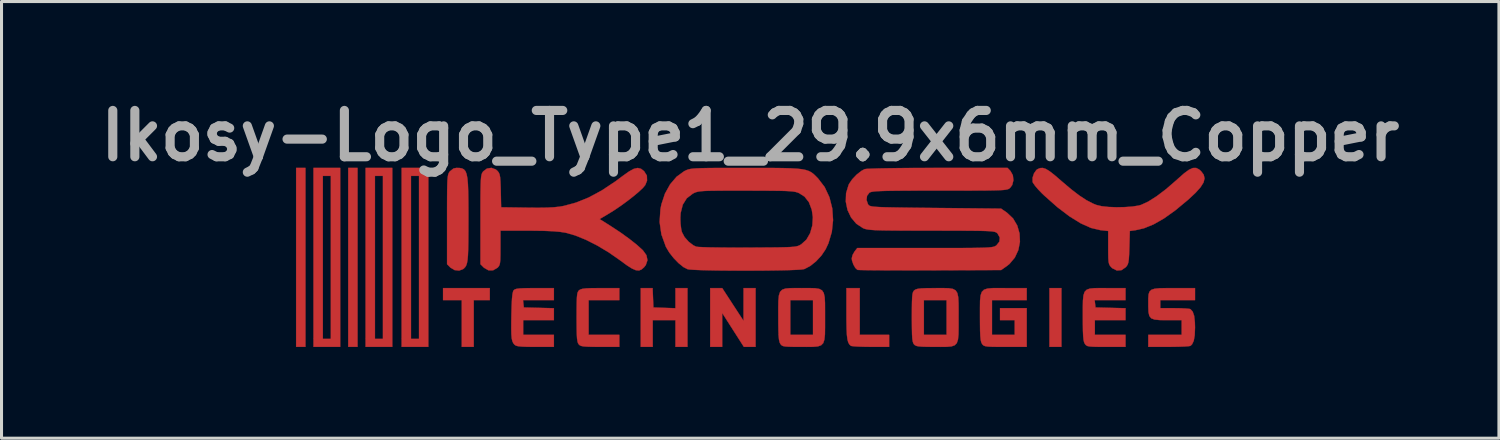
<source format=kicad_pcb>
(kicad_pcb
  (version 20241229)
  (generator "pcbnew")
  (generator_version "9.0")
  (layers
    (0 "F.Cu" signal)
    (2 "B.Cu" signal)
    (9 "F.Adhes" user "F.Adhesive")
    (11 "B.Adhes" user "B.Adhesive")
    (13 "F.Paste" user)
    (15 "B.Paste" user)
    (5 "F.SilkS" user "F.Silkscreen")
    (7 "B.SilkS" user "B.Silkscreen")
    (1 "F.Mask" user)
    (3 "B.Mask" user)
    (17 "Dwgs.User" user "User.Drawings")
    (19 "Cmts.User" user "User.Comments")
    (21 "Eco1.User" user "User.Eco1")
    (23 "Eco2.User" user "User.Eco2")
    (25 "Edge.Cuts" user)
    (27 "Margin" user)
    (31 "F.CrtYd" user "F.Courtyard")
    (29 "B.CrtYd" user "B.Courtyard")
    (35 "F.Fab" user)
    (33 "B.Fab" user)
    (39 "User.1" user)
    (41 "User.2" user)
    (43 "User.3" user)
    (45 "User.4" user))
  (footprint "Ikosy-Logo_Type1_29.9x6mm_Copper"
    (layer "F.Cu")
    (at 21.634 5.418)
    (property "Reference" "Ikosy-Logo_Type1_29.9x6mm_Copper" (at 0 -4 0) (layer "F.Fab") (effects (font (size 1.524 1.524) (thickness 0.3))))
    (attr through_hole)
    (fp_poly (pts (xy -14.634 2.944) (xy -14.941 2.944) (xy -14.941 -2.944) (xy -14.634 -2.944) (xy -14.634 2.944)) (stroke (width 0.01) (type solid)) (fill yes) (layer "F.Cu"))
    (fp_poly (pts (xy -12.92 2.944) (xy -13.227 2.944) (xy -13.227 -2.944) (xy -12.92 -2.944) (xy -12.92 2.944)) (stroke (width 0.01) (type solid)) (fill yes) (layer "F.Cu"))
    (fp_poly (pts (xy 10.239 2.944) (xy 9.844 2.944) (xy 9.844 1.011) (xy 10.239 1.011) (xy 10.239 2.944)) (stroke (width 0.01) (type solid)) (fill yes) (layer "F.Cu"))
    (fp_poly (pts (xy -8.569 1.406) (xy -9.097 1.406) (xy -9.097 2.944) (xy -9.492 2.944) (xy -9.492 1.406) (xy -10.107 1.406) (xy -10.107 1.011) (xy -8.569 1.011) (xy -8.569 1.406)) (stroke (width 0.01) (type solid)) (fill yes) (layer "F.Cu"))
    (fp_poly (pts (xy -13.491 2.944) (xy -14.37 2.944) (xy -14.37 -2.681) (xy -14.062 -2.681) (xy -14.062 2.681) (xy -13.799 2.681) (xy -13.799 -2.681) (xy -14.062 -2.681) (xy -14.37 -2.681) (xy -14.37 -2.944) (xy -13.491 -2.944) (xy -13.491 2.944)) (stroke (width 0.01) (type solid)) (fill yes) (layer "F.Cu"))
    (fp_poly (pts (xy -11.777 2.944) (xy -12.656 2.944) (xy -12.656 -2.681) (xy -12.348 -2.681) (xy -12.348 2.681) (xy -12.085 2.681) (xy -12.085 -2.681) (xy -12.348 -2.681) (xy -12.656 -2.681) (xy -12.656 -2.944) (xy -11.777 -2.944) (xy -11.777 2.944)) (stroke (width 0.01) (type solid)) (fill yes) (layer "F.Cu"))
    (fp_poly (pts (xy -10.591 2.944) (xy -11.47 2.944) (xy -11.47 -2.681) (xy -11.162 -2.681) (xy -11.162 2.681) (xy -10.898 2.681) (xy -10.898 -2.681) (xy -11.162 -2.681) (xy -11.47 -2.681) (xy -11.47 -2.944) (xy -10.591 -2.944) (xy -10.591 2.944)) (stroke (width 0.01) (type solid)) (fill yes) (layer "F.Cu"))
    (fp_poly (pts (xy -0.572 1.549) (xy -0.221 2.087) (xy -0.221 1.549) (xy -0.22 1.011) (xy 0.176 1.011) (xy 0.176 2.944) (xy -0.21 2.944) (xy -0.923 1.829) (xy -0.923 2.944) (xy -1.318 2.944) (xy -1.318 1.011) (xy -0.922 1.011) (xy -0.572 1.549)) (stroke (width 0.01) (type solid)) (fill yes) (layer "F.Cu"))
    (fp_poly (pts (xy -3.199 1.329) (xy -3.186 1.648) (xy -2.461 1.673) (xy -2.461 1.011) (xy -2.065 1.011) (xy -2.065 2.944) (xy -2.461 2.944) (xy -2.461 2.065) (xy -3.208 2.065) (xy -3.208 2.944) (xy -3.603 2.944) (xy -3.603 1.011) (xy -3.212 1.011) (xy -3.199 1.329)) (stroke (width 0.01) (type solid)) (fill yes) (layer "F.Cu"))
    (fp_poly (pts (xy 3.603 2.549) (xy 4.57 2.549) (xy 4.57 2.944) (xy 3.966 2.944) (xy 3.742 2.941) (xy 3.548 2.935) (xy 3.402 2.925) (xy 3.322 2.914) (xy 3.313 2.911) (xy 3.263 2.866) (xy 3.225 2.799) (xy 3.198 2.698) (xy 3.18 2.553) (xy 3.17 2.351) (xy 3.165 2.08) (xy 3.164 1.849) (xy 3.164 1.011) (xy 3.603 1.011) (xy 3.603 2.549)) (stroke (width 0.01) (type solid)) (fill yes) (layer "F.Cu"))
    (fp_poly (pts (xy -4.307 1.406) (xy -5.317 1.406) (xy -5.317 2.549) (xy -4.307 2.549) (xy -4.307 2.944) (xy -4.937 2.944) (xy -5.189 2.943) (xy -5.368 2.938) (xy -5.489 2.929) (xy -5.567 2.912) (xy -5.616 2.887) (xy -5.64 2.864) (xy -5.666 2.824) (xy -5.685 2.762) (xy -5.699 2.665) (xy -5.707 2.521) (xy -5.711 2.317) (xy -5.713 2.04) (xy -5.713 1.97) (xy -5.712 1.68) (xy -5.709 1.466) (xy -5.703 1.314) (xy -5.692 1.211) (xy -5.675 1.145) (xy -5.651 1.103) (xy -5.632 1.083) (xy -5.586 1.054) (xy -5.513 1.033) (xy -5.4 1.02) (xy -5.232 1.013) (xy -4.993 1.011) (xy -4.929 1.011) (xy -4.307 1.011) (xy -4.307 1.406)) (stroke (width 0.01) (type solid)) (fill yes) (layer "F.Cu"))
    (fp_poly (pts (xy 8.396 1.011) (xy 9.097 1.011) (xy 9.097 1.406) (xy 7.954 1.406) (xy 7.954 2.549) (xy 8.701 2.549) (xy 8.701 2.065) (xy 8.218 2.065) (xy 8.218 1.67) (xy 9.097 1.67) (xy 9.097 2.944) (xy 8.396 2.944) (xy 8.133 2.944) (xy 7.944 2.941) (xy 7.814 2.934) (xy 7.731 2.921) (xy 7.679 2.901) (xy 7.645 2.871) (xy 7.627 2.847) (xy 7.601 2.794) (xy 7.582 2.713) (xy 7.57 2.591) (xy 7.562 2.415) (xy 7.559 2.172) (xy 7.558 1.978) (xy 7.558 1.662) (xy 7.561 1.424) (xy 7.579 1.251) (xy 7.619 1.135) (xy 7.692 1.063) (xy 7.806 1.026) (xy 7.971 1.011) (xy 8.197 1.01) (xy 8.396 1.011)) (stroke (width 0.01) (type solid)) (fill yes) (layer "F.Cu"))
    (fp_poly (pts (xy 11.714 1.011) (xy 12.348 1.011) (xy 12.348 1.406) (xy 11.332 1.406) (xy 11.346 1.527) (xy 11.36 1.648) (xy 12.348 1.673) (xy 12.348 2.065) (xy 11.338 2.065) (xy 11.338 2.549) (xy 12.348 2.549) (xy 12.348 2.944) (xy 11.714 2.944) (xy 11.465 2.944) (xy 11.289 2.94) (xy 11.171 2.932) (xy 11.097 2.917) (xy 11.051 2.893) (xy 11.019 2.858) (xy 11.011 2.847) (xy 10.985 2.794) (xy 10.966 2.713) (xy 10.954 2.591) (xy 10.946 2.415) (xy 10.943 2.172) (xy 10.942 1.978) (xy 10.942 1.662) (xy 10.946 1.424) (xy 10.963 1.252) (xy 11.001 1.135) (xy 11.07 1.064) (xy 11.178 1.026) (xy 11.334 1.012) (xy 11.545 1.01) (xy 11.714 1.011)) (stroke (width 0.01) (type solid)) (fill yes) (layer "F.Cu"))
    (fp_poly (pts (xy -6.46 1.406) (xy -7.476 1.406) (xy -7.449 1.648) (xy -6.46 1.673) (xy -6.46 2.065) (xy -7.471 2.065) (xy -7.471 2.549) (xy -6.46 2.549) (xy -6.46 2.944) (xy -7.072 2.944) (xy -7.327 2.943) (xy -7.509 2.936) (xy -7.631 2.924) (xy -7.707 2.905) (xy -7.752 2.876) (xy -7.753 2.875) (xy -7.795 2.825) (xy -7.826 2.76) (xy -7.847 2.67) (xy -7.859 2.539) (xy -7.863 2.357) (xy -7.862 2.109) (xy -7.858 1.881) (xy -7.85 1.582) (xy -7.839 1.362) (xy -7.823 1.21) (xy -7.802 1.118) (xy -7.784 1.083) (xy -7.747 1.054) (xy -7.685 1.034) (xy -7.583 1.021) (xy -7.426 1.014) (xy -7.202 1.011) (xy -7.092 1.011) (xy -6.46 1.011) (xy -6.46 1.406)) (stroke (width 0.01) (type solid)) (fill yes) (layer "F.Cu"))
    (fp_poly (pts (xy -9.568 -2.942) (xy -9.486 -2.928) (xy -9.421 -2.896) (xy -9.37 -2.837) (xy -9.333 -2.743) (xy -9.306 -2.605) (xy -9.289 -2.416) (xy -9.279 -2.167) (xy -9.274 -1.85) (xy -9.272 -1.458) (xy -9.272 -1.252) (xy -9.273 -0.847) (xy -9.275 -0.52) (xy -9.28 -0.263) (xy -9.288 -0.065) (xy -9.301 0.083) (xy -9.32 0.19) (xy -9.346 0.267) (xy -9.379 0.321) (xy -9.42 0.364) (xy -9.444 0.383) (xy -9.578 0.435) (xy -9.728 0.418) (xy -9.864 0.336) (xy -9.868 0.332) (xy -9.975 0.224) (xy -9.975 -1.244) (xy -9.975 -1.643) (xy -9.974 -1.963) (xy -9.972 -2.214) (xy -9.968 -2.406) (xy -9.962 -2.548) (xy -9.952 -2.649) (xy -9.939 -2.72) (xy -9.923 -2.769) (xy -9.901 -2.806) (xy -9.884 -2.829) (xy -9.762 -2.926) (xy -9.668 -2.944) (xy -9.568 -2.942)) (stroke (width 0.01) (type solid)) (fill yes) (layer "F.Cu"))
    (fp_poly (pts (xy 14.634 1.406) (xy 13.491 1.406) (xy 13.491 1.67) (xy 13.963 1.671) (xy 14.162 1.674) (xy 14.328 1.682) (xy 14.444 1.693) (xy 14.484 1.704) (xy 14.558 1.787) (xy 14.606 1.926) (xy 14.629 2.132) (xy 14.634 2.307) (xy 14.624 2.563) (xy 14.592 2.745) (xy 14.535 2.863) (xy 14.484 2.911) (xy 14.425 2.922) (xy 14.295 2.932) (xy 14.11 2.939) (xy 13.887 2.943) (xy 13.766 2.944) (xy 13.096 2.944) (xy 13.096 2.549) (xy 14.194 2.549) (xy 14.194 2.065) (xy 13.718 2.065) (xy 13.473 2.063) (xy 13.303 2.046) (xy 13.193 2.005) (xy 13.131 1.927) (xy 13.103 1.801) (xy 13.096 1.614) (xy 13.096 1.527) (xy 13.096 1.348) (xy 13.106 1.216) (xy 13.138 1.124) (xy 13.201 1.065) (xy 13.309 1.031) (xy 13.473 1.015) (xy 13.704 1.011) (xy 13.934 1.011) (xy 14.634 1.011) (xy 14.634 1.406)) (stroke (width 0.01) (type solid)) (fill yes) (layer "F.Cu"))
    (fp_poly (pts (xy 2.132 1.015) (xy 2.269 1.036) (xy 2.362 1.085) (xy 2.419 1.172) (xy 2.449 1.307) (xy 2.46 1.502) (xy 2.461 1.767) (xy 2.461 1.978) (xy 2.461 2.293) (xy 2.458 2.531) (xy 2.44 2.703) (xy 2.402 2.82) (xy 2.333 2.891) (xy 2.225 2.929) (xy 2.07 2.943) (xy 1.86 2.945) (xy 1.692 2.944) (xy 1.444 2.944) (xy 1.268 2.94) (xy 1.151 2.932) (xy 1.077 2.917) (xy 1.031 2.893) (xy 0.999 2.857) (xy 0.991 2.847) (xy 0.966 2.794) (xy 0.947 2.713) (xy 0.934 2.591) (xy 0.927 2.415) (xy 0.923 2.172) (xy 0.923 1.978) (xy 0.922 1.662) (xy 0.926 1.424) (xy 0.928 1.406) (xy 1.318 1.406) (xy 1.318 2.549) (xy 2.065 2.549) (xy 2.065 1.406) (xy 1.318 1.406) (xy 0.928 1.406) (xy 0.943 1.252) (xy 0.982 1.135) (xy 1.051 1.064) (xy 1.158 1.026) (xy 1.313 1.012) (xy 1.524 1.01) (xy 1.692 1.011) (xy 1.943 1.01) (xy 2.132 1.015)) (stroke (width 0.01) (type solid)) (fill yes) (layer "F.Cu"))
    (fp_poly (pts (xy 6.532 1.015) (xy 6.667 1.037) (xy 6.758 1.086) (xy 6.814 1.173) (xy 6.843 1.309) (xy 6.854 1.504) (xy 6.856 1.77) (xy 6.855 1.978) (xy 6.856 2.293) (xy 6.852 2.531) (xy 6.835 2.703) (xy 6.796 2.82) (xy 6.728 2.891) (xy 6.621 2.929) (xy 6.466 2.943) (xy 6.256 2.945) (xy 6.091 2.944) (xy 5.839 2.943) (xy 5.66 2.938) (xy 5.54 2.928) (xy 5.463 2.912) (xy 5.414 2.886) (xy 5.39 2.864) (xy 5.364 2.824) (xy 5.345 2.762) (xy 5.331 2.665) (xy 5.323 2.521) (xy 5.319 2.317) (xy 5.317 2.04) (xy 5.317 1.97) (xy 5.318 1.68) (xy 5.321 1.466) (xy 5.324 1.406) (xy 5.713 1.406) (xy 5.713 2.549) (xy 6.46 2.549) (xy 6.46 1.406) (xy 5.713 1.406) (xy 5.324 1.406) (xy 5.327 1.314) (xy 5.338 1.211) (xy 5.355 1.145) (xy 5.379 1.103) (xy 5.398 1.083) (xy 5.444 1.054) (xy 5.517 1.033) (xy 5.63 1.02) (xy 5.799 1.013) (xy 6.038 1.011) (xy 6.098 1.011) (xy 6.345 1.01) (xy 6.532 1.015)) (stroke (width 0.01) (type solid)) (fill yes) (layer "F.Cu"))
    (fp_poly (pts (xy 14.768 -2.894) (xy 14.833 -2.836) (xy 14.919 -2.722) (xy 14.948 -2.601) (xy 14.915 -2.466) (xy 14.817 -2.31) (xy 14.651 -2.124) (xy 14.413 -1.902) (xy 14.393 -1.885) (xy 13.985 -1.547) (xy 13.612 -1.281) (xy 13.27 -1.086) (xy 12.953 -0.957) (xy 12.676 -0.894) (xy 12.489 -0.868) (xy 12.474 -0.328) (xy 12.466 -0.098) (xy 12.456 0.061) (xy 12.44 0.168) (xy 12.416 0.24) (xy 12.379 0.296) (xy 12.352 0.326) (xy 12.212 0.421) (xy 12.062 0.432) (xy 11.915 0.359) (xy 11.885 0.332) (xy 11.84 0.282) (xy 11.81 0.228) (xy 11.791 0.152) (xy 11.781 0.037) (xy 11.778 -0.135) (xy 11.777 -0.322) (xy 11.777 -0.868) (xy 11.514 -0.897) (xy 11.211 -0.969) (xy 10.874 -1.12) (xy 10.505 -1.348) (xy 10.106 -1.651) (xy 9.679 -2.029) (xy 9.613 -2.091) (xy 9.479 -2.229) (xy 9.37 -2.357) (xy 9.302 -2.455) (xy 9.29 -2.485) (xy 9.289 -2.62) (xy 9.336 -2.763) (xy 9.414 -2.875) (xy 9.451 -2.902) (xy 9.538 -2.938) (xy 9.625 -2.943) (xy 9.724 -2.911) (xy 9.847 -2.836) (xy 10.006 -2.713) (xy 10.214 -2.534) (xy 10.24 -2.511) (xy 10.555 -2.244) (xy 10.825 -2.037) (xy 11.063 -1.881) (xy 11.282 -1.768) (xy 11.392 -1.724) (xy 11.559 -1.684) (xy 11.787 -1.659) (xy 12.049 -1.649) (xy 12.32 -1.654) (xy 12.572 -1.672) (xy 12.78 -1.705) (xy 12.861 -1.728) (xy 13.094 -1.835) (xy 13.37 -2.01) (xy 13.681 -2.246) (xy 14.02 -2.539) (xy 14.074 -2.588) (xy 14.278 -2.768) (xy 14.437 -2.884) (xy 14.563 -2.941) (xy 14.67 -2.943) (xy 14.768 -2.894)) (stroke (width 0.01) (type solid)) (fill yes) (layer "F.Cu"))
    (fp_poly (pts (xy -8.372 -2.893) (xy -8.315 -2.844) (xy -8.275 -2.793) (xy -8.247 -2.73) (xy -8.229 -2.636) (xy -8.218 -2.495) (xy -8.21 -2.29) (xy -8.208 -2.196) (xy -8.196 -1.648) (xy -7.339 -1.636) (xy -6.979 -1.633) (xy -6.691 -1.637) (xy -6.461 -1.649) (xy -6.273 -1.669) (xy -6.147 -1.691) (xy -5.732 -1.802) (xy -5.316 -1.97) (xy -4.886 -2.202) (xy -4.432 -2.503) (xy -4.195 -2.68) (xy -3.988 -2.827) (xy -3.829 -2.914) (xy -3.702 -2.942) (xy -3.594 -2.915) (xy -3.492 -2.836) (xy -3.492 -2.836) (xy -3.401 -2.691) (xy -3.395 -2.526) (xy -3.453 -2.38) (xy -3.53 -2.287) (xy -3.666 -2.159) (xy -3.845 -2.009) (xy -4.052 -1.848) (xy -4.272 -1.688) (xy -4.488 -1.542) (xy -4.606 -1.469) (xy -4.955 -1.26) (xy -4.59 -1.03) (xy -4.275 -0.823) (xy -3.98 -0.61) (xy -3.725 -0.408) (xy -3.533 -0.234) (xy -3.415 -0.071) (xy -3.382 0.093) (xy -3.436 0.252) (xy -3.491 0.323) (xy -3.575 0.397) (xy -3.66 0.432) (xy -3.761 0.423) (xy -3.889 0.368) (xy -4.057 0.262) (xy -4.277 0.101) (xy -4.299 0.085) (xy -4.659 -0.166) (xy -5.036 -0.391) (xy -5.41 -0.58) (xy -5.763 -0.723) (xy -6.073 -0.811) (xy -6.259 -0.84) (xy -6.493 -0.86) (xy -6.788 -0.873) (xy -7.155 -0.878) (xy -7.315 -0.879) (xy -8.218 -0.879) (xy -8.218 -0.315) (xy -8.219 -0.082) (xy -8.223 0.08) (xy -8.234 0.188) (xy -8.253 0.258) (xy -8.284 0.308) (xy -8.319 0.344) (xy -8.462 0.426) (xy -8.614 0.425) (xy -8.758 0.342) (xy -8.769 0.332) (xy -8.877 0.224) (xy -8.877 -1.244) (xy -8.877 -1.643) (xy -8.876 -1.963) (xy -8.873 -2.214) (xy -8.869 -2.406) (xy -8.863 -2.548) (xy -8.854 -2.649) (xy -8.841 -2.72) (xy -8.824 -2.769) (xy -8.803 -2.806) (xy -8.786 -2.829) (xy -8.662 -2.923) (xy -8.515 -2.945) (xy -8.372 -2.893)) (stroke (width 0.01) (type solid)) (fill yes) (layer "F.Cu"))
    (fp_poly (pts (xy -0.129 -2.943) (xy 0.345 -2.943) (xy 0.739 -2.942) (xy 1.063 -2.938) (xy 1.326 -2.931) (xy 1.534 -2.919) (xy 1.699 -2.901) (xy 1.827 -2.875) (xy 1.928 -2.841) (xy 2.011 -2.798) (xy 2.084 -2.743) (xy 2.155 -2.675) (xy 2.228 -2.601) (xy 2.449 -2.313) (xy 2.606 -1.977) (xy 2.699 -1.609) (xy 2.725 -1.224) (xy 2.684 -0.837) (xy 2.573 -0.464) (xy 2.479 -0.264) (xy 2.34 -0.058) (xy 2.163 0.132) (xy 1.971 0.285) (xy 1.788 0.381) (xy 1.768 0.387) (xy 1.682 0.4) (xy 1.52 0.41) (xy 1.294 0.419) (xy 1.016 0.426) (xy 0.697 0.431) (xy 0.351 0.435) (xy -0.012 0.436) (xy -0.379 0.436) (xy -0.739 0.434) (xy -1.079 0.431) (xy -1.388 0.425) (xy -1.653 0.418) (xy -1.863 0.409) (xy -2.006 0.398) (xy -2.06 0.389) (xy -2.198 0.319) (xy -2.358 0.19) (xy -2.519 0.024) (xy -2.664 -0.16) (xy -2.773 -0.343) (xy -2.777 -0.352) (xy -2.923 -0.756) (xy -2.982 -1.165) (xy -2.974 -1.285) (xy -2.3 -1.285) (xy -2.292 -1.104) (xy -2.272 -0.934) (xy -2.248 -0.832) (xy -2.162 -0.669) (xy -2.025 -0.514) (xy -1.869 -0.395) (xy -1.776 -0.352) (xy -1.703 -0.343) (xy -1.553 -0.336) (xy -1.338 -0.329) (xy -1.067 -0.325) (xy -0.751 -0.322) (xy -0.403 -0.32) (xy -0.066 -0.321) (xy 0.348 -0.324) (xy 0.684 -0.326) (xy 0.951 -0.329) (xy 1.158 -0.334) (xy 1.314 -0.34) (xy 1.429 -0.349) (xy 1.513 -0.361) (xy 1.574 -0.377) (xy 1.621 -0.397) (xy 1.665 -0.422) (xy 1.682 -0.433) (xy 1.849 -0.585) (xy 1.971 -0.797) (xy 2.043 -1.05) (xy 2.06 -1.324) (xy 2.025 -1.565) (xy 1.93 -1.816) (xy 1.787 -1.998) (xy 1.608 -2.113) (xy 1.554 -2.135) (xy 1.492 -2.153) (xy 1.412 -2.167) (xy 1.304 -2.177) (xy 1.159 -2.185) (xy 0.968 -2.19) (xy 0.721 -2.193) (xy 0.408 -2.195) (xy 0.02 -2.196) (xy -0.136 -2.196) (xy -0.548 -2.196) (xy -0.882 -2.196) (xy -1.146 -2.194) (xy -1.352 -2.191) (xy -1.508 -2.185) (xy -1.624 -2.176) (xy -1.71 -2.164) (xy -1.774 -2.148) (xy -1.828 -2.128) (xy -1.879 -2.103) (xy -1.893 -2.095) (xy -2.088 -1.945) (xy -2.22 -1.734) (xy -2.289 -1.462) (xy -2.3 -1.285) (xy -2.974 -1.285) (xy -2.955 -1.585) (xy -2.922 -1.748) (xy -2.806 -2.098) (xy -2.636 -2.404) (xy -2.423 -2.654) (xy -2.175 -2.834) (xy -2.136 -2.854) (xy -2.087 -2.876) (xy -2.034 -2.895) (xy -1.969 -2.909) (xy -1.883 -2.921) (xy -1.767 -2.929) (xy -1.613 -2.935) (xy -1.411 -2.939) (xy -1.153 -2.942) (xy -0.831 -2.943) (xy -0.436 -2.943) (xy -0.129 -2.943)) (stroke (width 0.01) (type solid)) (fill yes) (layer "F.Cu"))
    (fp_poly (pts (xy 8.562 -2.843) (xy 8.64 -2.703) (xy 8.659 -2.538) (xy 8.619 -2.38) (xy 8.555 -2.293) (xy 8.531 -2.271) (xy 8.504 -2.253) (xy 8.465 -2.239) (xy 8.408 -2.227) (xy 8.326 -2.217) (xy 8.209 -2.21) (xy 8.052 -2.205) (xy 7.847 -2.201) (xy 7.586 -2.199) (xy 7.261 -2.198) (xy 6.866 -2.197) (xy 6.393 -2.197) (xy 6.236 -2.197) (xy 5.73 -2.197) (xy 5.305 -2.196) (xy 4.953 -2.194) (xy 4.668 -2.191) (xy 4.441 -2.187) (xy 4.266 -2.181) (xy 4.135 -2.174) (xy 4.042 -2.164) (xy 3.978 -2.152) (xy 3.937 -2.138) (xy 3.921 -2.129) (xy 3.843 -2.026) (xy 3.826 -1.889) (xy 3.873 -1.751) (xy 3.886 -1.733) (xy 3.903 -1.714) (xy 3.929 -1.697) (xy 3.971 -1.684) (xy 4.037 -1.672) (xy 4.134 -1.663) (xy 4.269 -1.655) (xy 4.451 -1.649) (xy 4.686 -1.644) (xy 4.982 -1.639) (xy 5.346 -1.634) (xy 5.786 -1.629) (xy 6.101 -1.626) (xy 8.254 -1.604) (xy 8.445 -1.472) (xy 8.647 -1.282) (xy 8.785 -1.048) (xy 8.861 -0.785) (xy 8.873 -0.511) (xy 8.821 -0.242) (xy 8.706 0.006) (xy 8.528 0.217) (xy 8.443 0.285) (xy 8.254 0.417) (xy 5.918 0.426) (xy 5.472 0.427) (xy 5.051 0.427) (xy 4.665 0.426) (xy 4.322 0.425) (xy 4.029 0.423) (xy 3.796 0.42) (xy 3.63 0.417) (xy 3.539 0.413) (xy 3.526 0.411) (xy 3.457 0.347) (xy 3.392 0.232) (xy 3.348 0.102) (xy 3.34 0.03) (xy 3.367 -0.079) (xy 3.431 -0.192) (xy 3.522 -0.308) (xy 5.754 -0.308) (xy 6.254 -0.308) (xy 6.674 -0.308) (xy 7.021 -0.309) (xy 7.302 -0.311) (xy 7.526 -0.315) (xy 7.699 -0.319) (xy 7.829 -0.326) (xy 7.924 -0.335) (xy 7.991 -0.346) (xy 8.037 -0.359) (xy 8.071 -0.376) (xy 8.099 -0.396) (xy 8.102 -0.399) (xy 8.197 -0.518) (xy 8.21 -0.652) (xy 8.139 -0.781) (xy 8.13 -0.791) (xy 8.107 -0.811) (xy 8.077 -0.828) (xy 8.033 -0.842) (xy 7.967 -0.853) (xy 7.872 -0.862) (xy 7.739 -0.868) (xy 7.56 -0.873) (xy 7.329 -0.876) (xy 7.038 -0.878) (xy 6.678 -0.879) (xy 6.242 -0.88) (xy 5.965 -0.88) (xy 5.481 -0.88) (xy 5.077 -0.881) (xy 4.745 -0.883) (xy 4.476 -0.886) (xy 4.263 -0.89) (xy 4.098 -0.896) (xy 3.973 -0.905) (xy 3.879 -0.915) (xy 3.809 -0.928) (xy 3.755 -0.944) (xy 3.71 -0.962) (xy 3.489 -1.108) (xy 3.317 -1.313) (xy 3.2 -1.56) (xy 3.144 -1.831) (xy 3.153 -2.11) (xy 3.234 -2.38) (xy 3.253 -2.42) (xy 3.358 -2.573) (xy 3.503 -2.725) (xy 3.661 -2.848) (xy 3.765 -2.903) (xy 3.83 -2.912) (xy 3.976 -2.919) (xy 4.195 -2.926) (xy 4.478 -2.932) (xy 4.819 -2.937) (xy 5.21 -2.941) (xy 5.643 -2.943) (xy 6.111 -2.944) (xy 6.169 -2.944) (xy 8.466 -2.944) (xy 8.562 -2.843)) (stroke (width 0.01) (type solid)) (fill yes) (layer "F.Cu")))
  (gr_rect
    (start -3 -3)
    (end 46.267 11.368)
    (stroke (width 0.1) (type default))
    (fill no)
    (layer "Edge.Cuts")))
</source>
